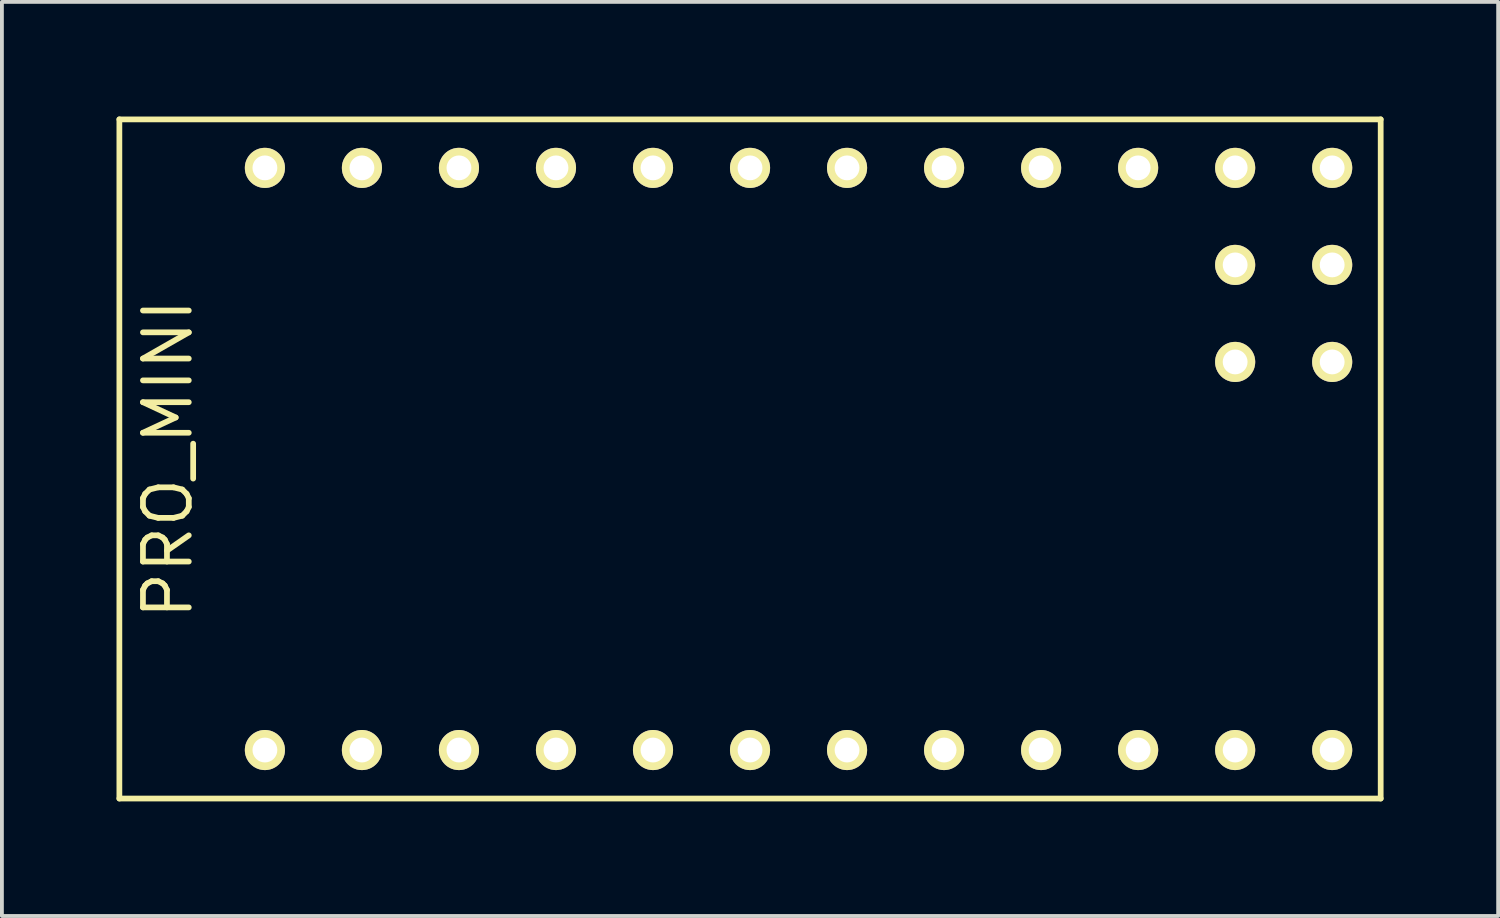
<source format=kicad_pcb>
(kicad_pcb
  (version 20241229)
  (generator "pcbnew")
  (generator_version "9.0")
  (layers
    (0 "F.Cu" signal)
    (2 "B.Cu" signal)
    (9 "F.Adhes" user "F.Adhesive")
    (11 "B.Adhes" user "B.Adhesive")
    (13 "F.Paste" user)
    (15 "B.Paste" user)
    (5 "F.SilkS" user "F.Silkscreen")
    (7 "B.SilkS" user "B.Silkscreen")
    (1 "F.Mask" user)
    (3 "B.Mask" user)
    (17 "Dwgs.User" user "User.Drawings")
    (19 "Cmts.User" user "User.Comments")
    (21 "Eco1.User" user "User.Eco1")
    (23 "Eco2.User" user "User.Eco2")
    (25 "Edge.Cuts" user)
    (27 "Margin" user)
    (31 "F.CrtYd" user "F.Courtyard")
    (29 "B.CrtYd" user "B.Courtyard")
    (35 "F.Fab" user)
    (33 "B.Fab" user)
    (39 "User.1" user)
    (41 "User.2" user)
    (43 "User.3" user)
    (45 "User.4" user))
  (footprint "PRO_MINI"
    (layer "F.Cu")
    (at 16.585 8.965)
    (property "Reference" "PRO_MINI" (at -15.24 0 90) (layer "F.SilkS") (effects (font (size 1.2 1.2) (thickness 0.15))))
    (attr through_hole)
    (fp_line (start -16.51 -8.89) (end -16.51 8.89) (stroke (width 0.15) (type solid)) (layer "F.SilkS"))
    (fp_line (start -16.51 8.89) (end 16.51 8.89) (stroke (width 0.15) (type solid)) (layer "F.SilkS"))
    (fp_line (start 16.51 -8.89) (end -16.51 -8.89) (stroke (width 0.15) (type solid)) (layer "F.SilkS"))
    (fp_line (start 16.51 8.89) (end 16.51 -8.89) (stroke (width 0.15) (type solid)) (layer "F.SilkS"))
    (pad "1" thru_hole circle (at -12.7 7.62) (size 1.05 1.05) (drill 0.65) (layers "*.Cu" "*.Mask" "F.SilkS"))
    (pad "2" thru_hole circle (at -10.16 7.62) (size 1.05 1.05) (drill 0.65) (layers "*.Cu" "*.Mask" "F.SilkS"))
    (pad "3" thru_hole circle (at -7.62 7.62) (size 1.05 1.05) (drill 0.65) (layers "*.Cu" "*.Mask" "F.SilkS"))
    (pad "4" thru_hole circle (at -5.08 7.62) (size 1.05 1.05) (drill 0.65) (layers "*.Cu" "*.Mask" "F.SilkS"))
    (pad "5" thru_hole circle (at -2.54 7.62) (size 1.05 1.05) (drill 0.65) (layers "*.Cu" "*.Mask" "F.SilkS"))
    (pad "6" thru_hole circle (at 0 7.62) (size 1.05 1.05) (drill 0.65) (layers "*.Cu" "*.Mask" "F.SilkS"))
    (pad "7" thru_hole circle (at 2.54 7.62) (size 1.05 1.05) (drill 0.65) (layers "*.Cu" "*.Mask" "F.SilkS"))
    (pad "8" thru_hole circle (at 5.08 7.62) (size 1.05 1.05) (drill 0.65) (layers "*.Cu" "*.Mask" "F.SilkS"))
    (pad "9" thru_hole circle (at 7.62 7.62) (size 1.05 1.05) (drill 0.65) (layers "*.Cu" "*.Mask" "F.SilkS"))
    (pad "10" thru_hole circle (at 10.16 7.62) (size 1.05 1.05) (drill 0.65) (layers "*.Cu" "*.Mask" "F.SilkS"))
    (pad "11" thru_hole circle (at 12.7 7.62) (size 1.05 1.05) (drill 0.65) (layers "*.Cu" "*.Mask" "F.SilkS"))
    (pad "12" thru_hole circle (at 15.24 7.62) (size 1.05 1.05) (drill 0.65) (layers "*.Cu" "*.Mask" "F.SilkS"))
    (pad "13" thru_hole circle (at 15.24 -7.62) (size 1.05 1.05) (drill 0.65) (layers "*.Cu" "*.Mask" "F.SilkS"))
    (pad "14" thru_hole circle (at 12.7 -7.62) (size 1.05 1.05) (drill 0.65) (layers "*.Cu" "*.Mask" "F.SilkS"))
    (pad "15" thru_hole circle (at 10.16 -7.62) (size 1.05 1.05) (drill 0.65) (layers "*.Cu" "*.Mask" "F.SilkS"))
    (pad "16" thru_hole circle (at 7.62 -7.62) (size 1.05 1.05) (drill 0.65) (layers "*.Cu" "*.Mask" "F.SilkS"))
    (pad "17" thru_hole circle (at 5.08 -7.62) (size 1.05 1.05) (drill 0.65) (layers "*.Cu" "*.Mask" "F.SilkS"))
    (pad "18" thru_hole circle (at 2.54 -7.62) (size 1.05 1.05) (drill 0.65) (layers "*.Cu" "*.Mask" "F.SilkS"))
    (pad "19" thru_hole circle (at 0 -7.62) (size 1.05 1.05) (drill 0.65) (layers "*.Cu" "*.Mask" "F.SilkS"))
    (pad "20" thru_hole circle (at -2.54 -7.62) (size 1.05 1.05) (drill 0.65) (layers "*.Cu" "*.Mask" "F.SilkS"))
    (pad "21" thru_hole circle (at -5.08 -7.62) (size 1.05 1.05) (drill 0.65) (layers "*.Cu" "*.Mask" "F.SilkS"))
    (pad "22" thru_hole circle (at -7.62 -7.62) (size 1.05 1.05) (drill 0.65) (layers "*.Cu" "*.Mask" "F.SilkS"))
    (pad "23" thru_hole circle (at -10.16 -7.62) (size 1.05 1.05) (drill 0.65) (layers "*.Cu" "*.Mask" "F.SilkS"))
    (pad "24" thru_hole circle (at -12.7 -7.62) (size 1.05 1.05) (drill 0.65) (layers "*.Cu" "*.Mask" "F.SilkS"))
    (pad "31" thru_hole circle (at 15.24 -5.08) (size 1.05 1.05) (drill 0.65) (layers "*.Cu" "*.Mask" "F.SilkS"))
    (pad "32" thru_hole circle (at 12.7 -5.08) (size 1.05 1.05) (drill 0.65) (layers "*.Cu" "*.Mask" "F.SilkS"))
    (pad "39" thru_hole circle (at 12.7 -2.54) (size 1.05 1.05) (drill 0.65) (layers "*.Cu" "*.Mask" "F.SilkS"))
    (pad "40" thru_hole circle (at 15.24 -2.54) (size 1.05 1.05) (drill 0.65) (layers "*.Cu" "*.Mask" "F.SilkS")))
  (gr_rect
    (start -3 -3)
    (end 36.17 20.93)
    (stroke (width 0.1) (type default))
    (fill no)
    (layer "Edge.Cuts")))
</source>
